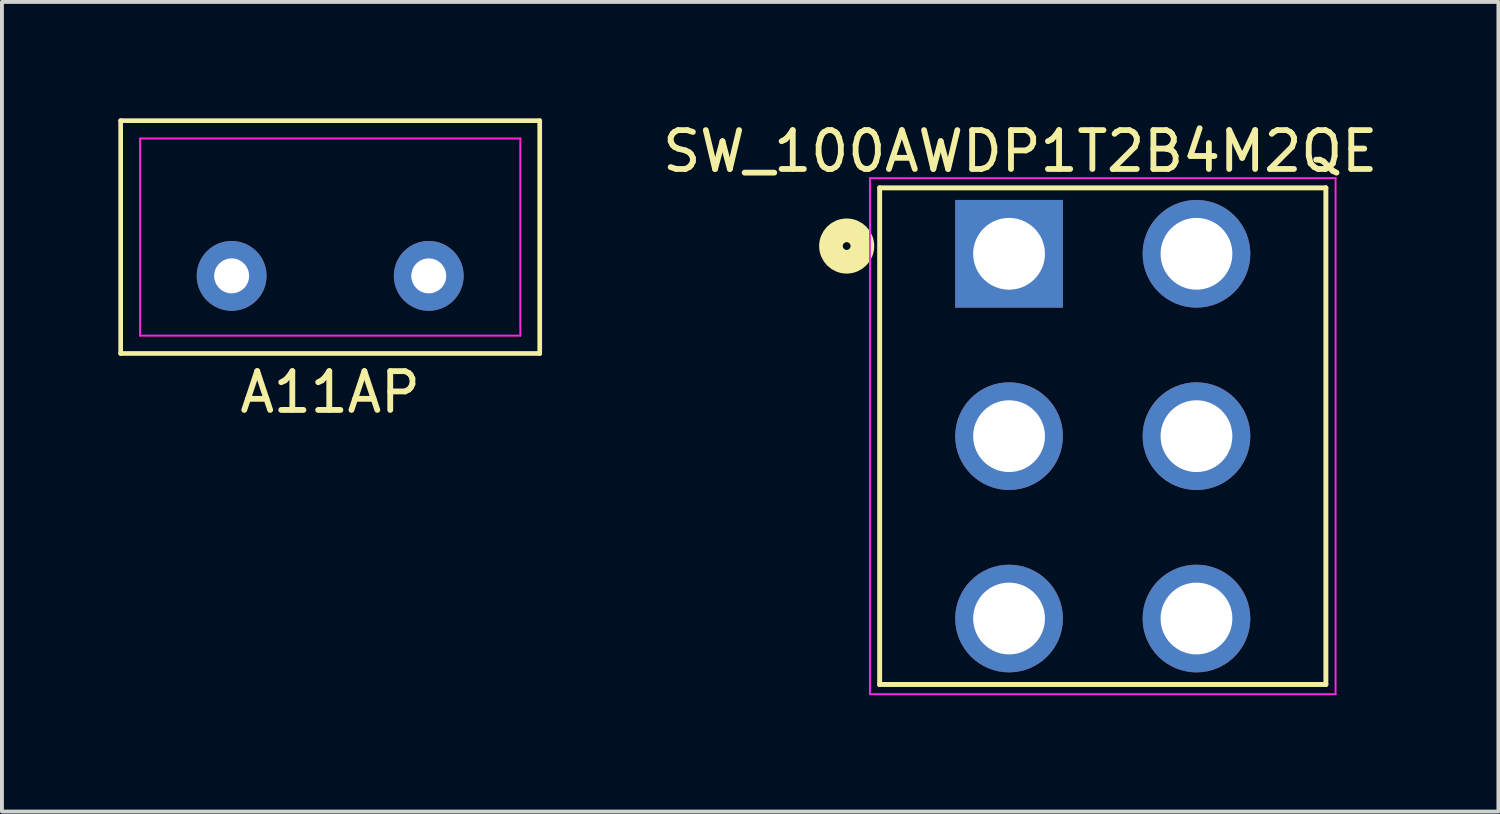
<source format=kicad_pcb>
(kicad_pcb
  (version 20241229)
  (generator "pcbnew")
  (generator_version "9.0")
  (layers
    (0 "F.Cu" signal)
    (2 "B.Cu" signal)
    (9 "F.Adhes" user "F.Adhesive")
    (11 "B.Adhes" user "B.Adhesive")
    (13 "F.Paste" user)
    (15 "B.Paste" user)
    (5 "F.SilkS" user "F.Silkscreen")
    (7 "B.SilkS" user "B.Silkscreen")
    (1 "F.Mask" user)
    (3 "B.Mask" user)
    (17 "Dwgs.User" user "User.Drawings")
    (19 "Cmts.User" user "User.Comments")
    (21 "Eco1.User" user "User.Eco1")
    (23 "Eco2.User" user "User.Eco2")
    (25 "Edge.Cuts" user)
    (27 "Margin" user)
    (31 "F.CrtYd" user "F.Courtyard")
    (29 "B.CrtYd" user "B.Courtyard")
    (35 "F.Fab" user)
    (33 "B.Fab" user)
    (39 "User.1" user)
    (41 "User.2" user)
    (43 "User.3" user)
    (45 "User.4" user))
  (footprint "SW_100AWDP1T2B4M2QE"
    (layer "F.Cu")
    (at 25.371 8.191)
    (property "Reference" "SW_100AWDP1T2B4M2QE" (at -2.127 -7.342 0) (layer "F.SilkS") (effects (font (size 1.001 1.001) (thickness 0.15))))
    (attr through_hole)
    (fp_line (start -5.75 -6.4) (end -5.75 6.4) (stroke (width 0.127) (type solid)) (layer "F.SilkS"))
    (fp_line (start -5.75 6.4) (end 5.75 6.4) (stroke (width 0.127) (type solid)) (layer "F.SilkS"))
    (fp_line (start 5.75 -6.4) (end -5.75 -6.4) (stroke (width 0.127) (type solid)) (layer "F.SilkS"))
    (fp_line (start 5.75 6.4) (end 5.75 -6.4) (stroke (width 0.127) (type solid)) (layer "F.SilkS"))
    (fp_circle (center -6.6 -4.9) (end -6.5 -4.9) (stroke (width 0.61) (type solid)) (fill no) (layer "F.SilkS"))
    (fp_line (start -6 -6.65) (end 6 -6.65) (stroke (width 0.05) (type solid)) (layer "F.CrtYd"))
    (fp_line (start -6 6.65) (end -6 -6.65) (stroke (width 0.05) (type solid)) (layer "F.CrtYd"))
    (fp_line (start 6 -6.65) (end 6 6.65) (stroke (width 0.05) (type solid)) (layer "F.CrtYd"))
    (fp_line (start 6 6.65) (end -6 6.65) (stroke (width 0.05) (type solid)) (layer "F.CrtYd"))
    (pad "1" thru_hole rect (at -2.415 -4.7) (size 2.775 2.775) (drill 1.85) (layers "*.Cu" "*.Mask"))
    (pad "2" thru_hole circle (at -2.415 0) (size 2.775 2.775) (drill 1.85) (layers "*.Cu" "*.Mask"))
    (pad "3" thru_hole circle (at -2.415 4.7) (size 2.775 2.775) (drill 1.85) (layers "*.Cu" "*.Mask"))
    (pad "4" thru_hole circle (at 2.415 -4.7) (size 2.775 2.775) (drill 1.85) (layers "*.Cu" "*.Mask"))
    (pad "5" thru_hole circle (at 2.415 0) (size 2.775 2.775) (drill 1.85) (layers "*.Cu" "*.Mask"))
    (pad "6" thru_hole circle (at 2.415 4.7) (size 2.775 2.775) (drill 1.85) (layers "*.Cu" "*.Mask")))
  (footprint "A11AP"
    (layer "F.Cu")
    (at 5.46 3.06)
    (property "Reference" "A11AP" (at 0 4 0) (layer "F.SilkS") (effects (font (size 1 1) (thickness 0.15))))
    (fp_line (start -5.4 -3) (end 5.4 -3) (stroke (width 0.12) (type solid)) (layer "F.SilkS"))
    (fp_line (start -5.4 3) (end -5.4 -3) (stroke (width 0.12) (type solid)) (layer "F.SilkS"))
    (fp_line (start 5.4 -3) (end 5.4 3) (stroke (width 0.12) (type solid)) (layer "F.SilkS"))
    (fp_line (start 5.4 3) (end -5.4 3) (stroke (width 0.12) (type solid)) (layer "F.SilkS"))
    (fp_line (start -4.9 -2.54) (end 4.9 -2.54) (stroke (width 0.05) (type solid)) (layer "F.CrtYd"))
    (fp_line (start -4.9 2.54) (end -4.9 -2.54) (stroke (width 0.05) (type solid)) (layer "F.CrtYd"))
    (fp_line (start 4.9 -2.54) (end 4.9 2.54) (stroke (width 0.05) (type solid)) (layer "F.CrtYd"))
    (fp_line (start 4.9 2.54) (end -4.9 2.54) (stroke (width 0.05) (type solid)) (layer "F.CrtYd"))
    (pad "1" thru_hole circle (at -2.54 1) (size 1.8 1.8) (drill 0.9) (layers "*.Cu" "*.Mask"))
    (pad "2" thru_hole circle (at 2.54 1) (size 1.8 1.8) (drill 0.9) (layers "*.Cu" "*.Mask")))
  (gr_rect
    (start -3 -3)
    (end 35.568 17.866)
    (stroke (width 0.1) (type default))
    (fill no)
    (layer "Edge.Cuts")))
</source>
